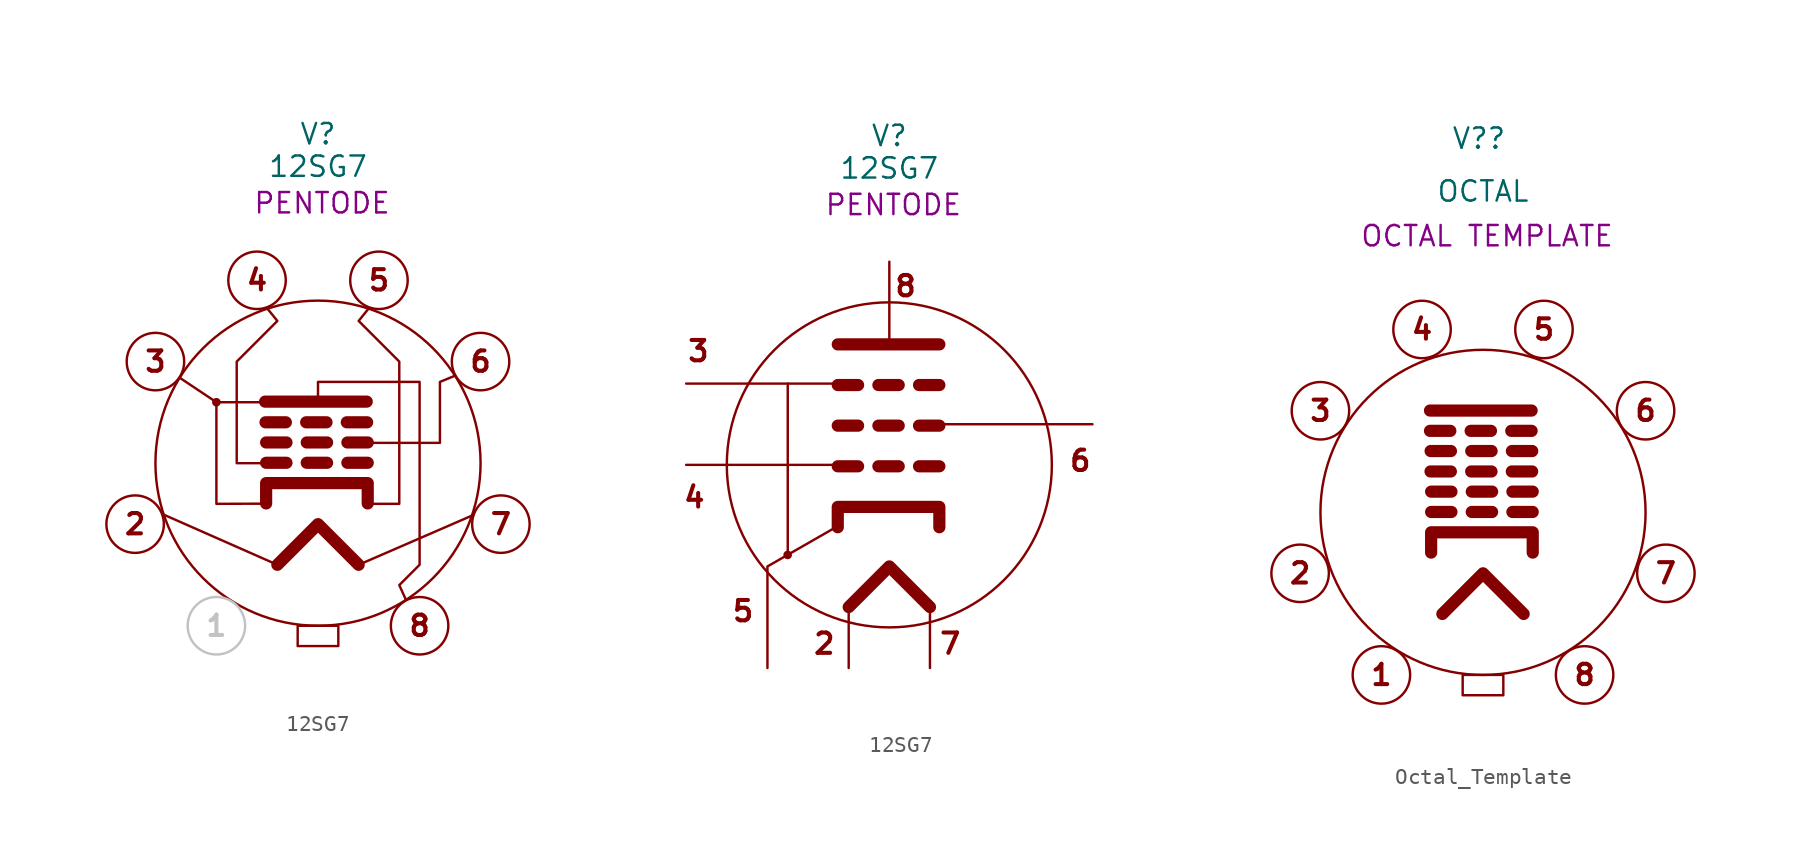
<source format=kicad_sym>
(kicad_symbol_lib
  (version 20231120)
  (generator "kicad_symbol_editor")
  (generator_version "8.0")
  (symbol "12SG7"
    (pin_numbers hide)
    (pin_names hide)
    (property "Reference" "V"
      (at 0 20.574 0)
      (effects (font (size 1.27 1.27))))
    (property "Value" "12SG7"
      (at 0 18.542 0)
      (effects (font (size 1.27 1.27))))
    (property "Description" "PENTODE"
      (at 0.254 16.256 0)
      (effects (font (size 1.27 1.27))))
    (symbol "12SG7_0_1"
      (polyline (pts (xy -2.54 -6.35) (xy -9.662 -3.209)) (stroke (width 0) (type default)) (fill (type none))))
    (symbol "12SG7_0_2"
      (polyline (pts (xy -12.7 5.08) (xy -2.54 5.08)) (stroke (width 0) (type default)) (fill (type none)))
      (polyline (pts (xy -6.35 -5.6) (xy -6.35 5.08)) (stroke (width 0) (type default)) (fill (type none)))
      (polyline (pts (xy -2.54 -8.89) (xy -2.54 -12.7)) (stroke (width 0) (type default)) (fill (type none)))
      (polyline (pts (xy -2.54 0) (xy -12.7 0)) (stroke (width 0) (type default)) (fill (type none)))
      (polyline (pts (xy 0 7.62) (xy 0 12.7)) (stroke (width 0) (type default)) (fill (type none)))
      (polyline (pts (xy 2.54 2.54) (xy 12.7 2.54)) (stroke (width 0) (type default)) (fill (type none)))
      (polyline (pts (xy -7.62 -12.7) (xy -7.62 -6.35) (xy -3.258 -3.849)) (stroke (width 0) (type default)) (fill (type none))))
    (symbol "12SG7_1_0"
      (circle (center 0 0) (radius 10.16) (stroke (width 0) (type default)) (fill (type none))))
    (symbol "12SG7_1_1"
      (circle (center -11.43 -3.81) (radius 1.796) (stroke (width 0) (type default)) (fill (type none)))
      (circle (center -10.16 6.35) (radius 1.796) (stroke (width 0) (type default)) (fill (type none)))
      (circle (center -6.35 -10.16) (radius 1.796) (stroke (width 0) (type default) (color 194 194 194 1)) (fill (type none)))
      (circle (center -6.35 3.81) (radius 0.195) (stroke (width 0) (type default)) (fill (type outline)))
      (circle (center -3.81 11.43) (radius 1.796) (stroke (width 0) (type default)) (fill (type none)))
      (rectangle (start -1.27 -10.16) (end 1.27 -11.43) (stroke (width 0) (type default)) (fill (type none)))
      (polyline (pts (xy -3.305 3.848) (xy 3.045 3.848)) (stroke (width 0.762) (type default)) (fill (type none)))
      (polyline (pts (xy -3.279 2.556) (xy -2.009 2.556)) (stroke (width 0.762) (type solid)) (fill (type none)))
      (polyline (pts (xy -3.242 0.025) (xy -1.972 0.025)) (stroke (width 0.762) (type solid)) (fill (type none)))
      (polyline (pts (xy -3.242 1.295) (xy -1.972 1.295)) (stroke (width 0.762) (type solid)) (fill (type none)))
      (polyline (pts (xy -0.739 2.556) (xy 0.531 2.556)) (stroke (width 0.762) (type solid)) (fill (type none)))
      (polyline (pts (xy -0.702 0.025) (xy 0.568 0.025)) (stroke (width 0.762) (type solid)) (fill (type none)))
      (polyline (pts (xy -0.702 1.295) (xy 0.568 1.295)) (stroke (width 0.762) (type solid)) (fill (type none)))
      (polyline (pts (xy 1.801 2.556) (xy 3.071 2.556)) (stroke (width 0.762) (type solid)) (fill (type none)))
      (polyline (pts (xy 1.838 0.025) (xy 3.108 0.025)) (stroke (width 0.762) (type solid)) (fill (type none)))
      (polyline (pts (xy 1.838 1.295) (xy 3.108 1.295)) (stroke (width 0.762) (type solid)) (fill (type none)))
      (polyline (pts (xy 2.54 -6.35) (xy 9.704 -3.24)) (stroke (width 0) (type default)) (fill (type none)))
      (polyline (pts (xy -6.35 3.81) (xy -6.35 -2.54) (xy -3.202 -2.53)) (stroke (width 0) (type default)) (fill (type none)))
      (polyline (pts (xy -2.54 -6.35) (xy 0 -3.81) (xy 2.54 -6.35)) (stroke (width 0.762) (type default)) (fill (type none)))
      (polyline (pts (xy -2.54 3.81) (xy -6.35 3.81) (xy -8.65 5.345)) (stroke (width 0) (type default)) (fill (type none)))
      (polyline (pts (xy -3.242 -2.515) (xy -3.242 -1.245) (xy 3.108 -1.245) (xy 3.108 -2.515)) (stroke (width 0.762) (type default)) (fill (type none)))
      (polyline (pts (xy 2.54 1.27) (xy 7.62 1.27) (xy 7.62 5.08) (xy 8.573 5.474)) (stroke (width 0) (type default)) (fill (type none)))
      (polyline (pts (xy -2.54 0) (xy -5.08 0) (xy -5.08 6.35) (xy -2.54 8.89) (xy -3.202 9.709)) (stroke (width 0) (type default)) (fill (type none)))
      (polyline (pts (xy 3.13 -2.54) (xy 5.08 -2.54) (xy 5.08 6.35) (xy 2.54 8.89) (xy 3.176 9.683)) (stroke (width 0) (type default)) (fill (type none)))
      (polyline (pts (xy 0 3.81) (xy 0 5.08) (xy 6.35 5.08) (xy 6.35 -6.35) (xy 5.08 -7.62) (xy 5.488 -8.521)) (stroke (width 0) (type default)) (fill (type none)))
      (circle (center 3.81 11.43) (radius 1.796) (stroke (width 0) (type default)) (fill (type none)))
      (circle (center 6.35 -10.16) (radius 1.796) (stroke (width 0) (type default)) (fill (type none)))
      (circle (center 10.16 6.35) (radius 1.796) (stroke (width 0) (type default)) (fill (type none)))
      (circle (center 11.43 -3.81) (radius 1.796) (stroke (width 0) (type default)) (fill (type none)))
      (text "1" (at -6.35 -10.16 0) (effects (font (size 1.27 1.27) (thickness 0.254) (bold yes) (color 194 194 194 1))))
      (text "2" (at -11.43 -3.81 0) (effects (font (size 1.27 1.27) (thickness 0.254) (bold yes))))
      (text "3" (at -10.16 6.35 0) (effects (font (size 1.27 1.27) (thickness 0.254) (bold yes))))
      (text "4" (at -3.81 11.43 0) (effects (font (size 1.27 1.27) (thickness 0.254) (bold yes))))
      (text "5" (at 3.81 11.43 0) (effects (font (size 1.27 1.27) (thickness 0.254) (bold yes))))
      (text "6" (at 10.16 6.35 0) (effects (font (size 1.27 1.27) (thickness 0.254) (bold yes))))
      (text "7" (at 11.43 -3.81 0) (effects (font (size 1.27 1.27) (thickness 0.254) (bold yes))))
      (text "8" (at 6.35 -10.16 0) (effects (font (size 1.27 1.27) (thickness 0.254) (bold yes))))
      (pin bidirectional line (at -11.43 -3.81 0) (length 1.778) hide (name "H" (effects (font (size 1.27 1.27)))) (number "2" (effects (font (size 1.27 1.27)))))
      (pin bidirectional line (at -10.16 6.35 0) (length 1.778) hide (name "C,G3" (effects (font (size 1.27 1.27)))) (number "3" (effects (font (size 1.27 1.27)))))
      (pin bidirectional line (at -3.81 11.43 0) (length 1.778) hide (name "G1" (effects (font (size 1.27 1.27)))) (number "4" (effects (font (size 1.27 1.27)))))
      (pin bidirectional line (at 3.81 11.43 0) (length 1.778) hide (name "C" (effects (font (size 1.27 1.27)))) (number "5" (effects (font (size 1.27 1.27)))))
      (pin bidirectional line (at 10.16 6.35 0) (length 1.778) hide (name "G2" (effects (font (size 1.27 1.27)))) (number "6" (effects (font (size 1.27 1.27)))))
      (pin bidirectional line (at 11.43 -3.81 0) (length 1.778) hide (name "H" (effects (font (size 1.27 1.27)))) (number "7" (effects (font (size 1.27 1.27)))))
      (pin bidirectional line (at 6.35 -10.16 0) (length 1.778) hide (name "P" (effects (font (size 1.27 1.27)))) (number "8" (effects (font (size 1.27 1.27))))))
    (symbol "12SG7_1_2"
      (circle (center -6.356 -5.631) (radius 0.195) (stroke (width 0) (type default)) (fill (type outline)))
      (polyline (pts (xy -3.223 -0.089) (xy -1.953 -0.089)) (stroke (width 0.762) (type solid)) (fill (type none)))
      (polyline (pts (xy -3.223 2.451) (xy -1.953 2.451)) (stroke (width 0.762) (type solid)) (fill (type none)))
      (polyline (pts (xy -3.223 4.991) (xy -1.953 4.991)) (stroke (width 0.762) (type solid)) (fill (type none)))
      (polyline (pts (xy -3.223 7.531) (xy 3.127 7.531)) (stroke (width 0.762) (type default)) (fill (type none)))
      (polyline (pts (xy -0.683 -0.089) (xy 0.587 -0.089)) (stroke (width 0.762) (type solid)) (fill (type none)))
      (polyline (pts (xy -0.683 2.451) (xy 0.587 2.451)) (stroke (width 0.762) (type solid)) (fill (type none)))
      (polyline (pts (xy -0.683 4.991) (xy 0.587 4.991)) (stroke (width 0.762) (type solid)) (fill (type none)))
      (polyline (pts (xy 1.857 -0.089) (xy 3.127 -0.089)) (stroke (width 0.762) (type solid)) (fill (type none)))
      (polyline (pts (xy 1.857 2.451) (xy 3.127 2.451)) (stroke (width 0.762) (type solid)) (fill (type none)))
      (polyline (pts (xy 1.857 4.991) (xy 3.127 4.991)) (stroke (width 0.762) (type solid)) (fill (type none)))
      (polyline (pts (xy 2.54 -8.89) (xy 2.54 -12.7)) (stroke (width 0) (type default)) (fill (type none)))
      (polyline (pts (xy -2.54 -8.89) (xy 0 -6.35) (xy 2.54 -8.89)) (stroke (width 0.762) (type default)) (fill (type none)))
      (polyline (pts (xy -3.223 -3.899) (xy -3.223 -2.629) (xy 3.127 -2.629) (xy 3.127 -3.899)) (stroke (width 0.762) (type default)) (fill (type none)))
      (text "2" (at -4.064 -11.176 0) (effects (font (size 1.27 1.27) (thickness 0.254) (bold yes))))
      (text "3" (at -11.938 7.112 0) (effects (font (size 1.27 1.27) (thickness 0.254) (bold yes))))
      (text "4" (at -12.192 -2.032 0) (effects (font (size 1.27 1.27) (thickness 0.254) (bold yes))))
      (text "5" (at -9.144 -9.144 0) (effects (font (size 1.27 1.27) (thickness 0.254) (bold yes))))
      (text "6" (at 11.938 0.254 0) (effects (font (size 1.27 1.27) (thickness 0.254) (bold yes))))
      (text "7" (at 3.81 -11.176 0) (effects (font (size 1.27 1.27) (thickness 0.254) (bold yes))))
      (text "8" (at 1.016 11.176 0) (effects (font (size 1.27 1.27) (thickness 0.254) (bold yes))))
      (pin bidirectional line (at -2.54 -12.7 0) (length 1.778) hide (name "H" (effects (font (size 1.27 1.27)))) (number "2" (effects (font (size 1.27 1.27)))))
      (pin bidirectional line (at -12.7 5.08 0) (length 1.778) hide (name "C,G3" (effects (font (size 1.27 1.27)))) (number "3" (effects (font (size 1.27 1.27)))))
      (pin bidirectional line (at -12.7 0 0) (length 1.778) hide (name "G1" (effects (font (size 1.27 1.27)))) (number "4" (effects (font (size 1.27 1.27)))))
      (pin bidirectional line (at -7.62 -12.7 0) (length 1.778) hide (name "C" (effects (font (size 1.27 1.27)))) (number "5" (effects (font (size 1.27 1.27)))))
      (pin bidirectional line (at 12.7 2.54 0) (length 1.778) hide (name "G2" (effects (font (size 1.27 1.27)))) (number "6" (effects (font (size 1.27 1.27)))))
      (pin bidirectional line (at 2.54 -12.7 0) (length 1.778) hide (name "H" (effects (font (size 1.27 1.27)))) (number "7" (effects (font (size 1.27 1.27)))))
      (pin bidirectional line (at 0 12.7 0) (length 1.778) hide (name "P" (effects (font (size 1.27 1.27)))) (number "8" (effects (font (size 1.27 1.27)))))))
  (symbol "Octal_Template"
    (property "Reference" "V?"
      (at -0.254 23.368 0)
      (effects (font (size 1.27 1.27))))
    (property "Value" "OCTAL"
      (at 0 20.066 0)
      (effects (font (size 1.27 1.27))))
    (property "Description" "OCTAL TEMPLATE"
      (at 0.254 17.272 0)
      (effects (font (size 1.27 1.27))))
    (symbol "Octal_Template_1_0"
      (circle (center 0 0) (radius 10.16) (stroke (width 0) (type default)) (fill (type none))))
    (symbol "Octal_Template_1_1"
      (circle (center -11.43 -3.81) (radius 1.796) (stroke (width 0) (type default)) (fill (type none)))
      (circle (center -10.16 6.35) (radius 1.796) (stroke (width 0) (type default)) (fill (type none)))
      (circle (center -6.35 -10.16) (radius 1.796) (stroke (width 0) (type default)) (fill (type none)))
      (circle (center -3.81 11.43) (radius 1.796) (stroke (width 0) (type default)) (fill (type none)))
      (rectangle (start -1.27 -10.16) (end 1.27 -11.43) (stroke (width 0) (type default)) (fill (type none)))
      (polyline (pts (xy -3.312 5.094) (xy -2.042 5.094)) (stroke (width 0.762) (type solid)) (fill (type none)))
      (polyline (pts (xy -3.312 6.364) (xy 3.038 6.364)) (stroke (width 0.762) (type default)) (fill (type none)))
      (polyline (pts (xy -3.279 2.556) (xy -2.009 2.556)) (stroke (width 0.762) (type solid)) (fill (type none)))
      (polyline (pts (xy -3.274 3.833) (xy -2.004 3.833)) (stroke (width 0.762) (type solid)) (fill (type none)))
      (polyline (pts (xy -3.242 0.025) (xy -1.972 0.025)) (stroke (width 0.762) (type solid)) (fill (type none)))
      (polyline (pts (xy -3.242 1.295) (xy -1.972 1.295)) (stroke (width 0.762) (type solid)) (fill (type none)))
      (polyline (pts (xy -0.772 5.094) (xy 0.498 5.094)) (stroke (width 0.762) (type solid)) (fill (type none)))
      (polyline (pts (xy -0.739 2.556) (xy 0.531 2.556)) (stroke (width 0.762) (type solid)) (fill (type none)))
      (polyline (pts (xy -0.734 3.833) (xy 0.536 3.833)) (stroke (width 0.762) (type solid)) (fill (type none)))
      (polyline (pts (xy -0.702 0.025) (xy 0.568 0.025)) (stroke (width 0.762) (type solid)) (fill (type none)))
      (polyline (pts (xy -0.702 1.295) (xy 0.568 1.295)) (stroke (width 0.762) (type solid)) (fill (type none)))
      (polyline (pts (xy 1.768 5.094) (xy 3.038 5.094)) (stroke (width 0.762) (type solid)) (fill (type none)))
      (polyline (pts (xy 1.801 2.556) (xy 3.071 2.556)) (stroke (width 0.762) (type solid)) (fill (type none)))
      (polyline (pts (xy 1.806 3.833) (xy 3.076 3.833)) (stroke (width 0.762) (type solid)) (fill (type none)))
      (polyline (pts (xy 1.838 0.025) (xy 3.108 0.025)) (stroke (width 0.762) (type solid)) (fill (type none)))
      (polyline (pts (xy 1.838 1.295) (xy 3.108 1.295)) (stroke (width 0.762) (type solid)) (fill (type none)))
      (polyline (pts (xy -2.54 -6.35) (xy 0 -3.81) (xy 2.54 -6.35)) (stroke (width 0.762) (type default)) (fill (type none)))
      (polyline (pts (xy -3.242 -2.515) (xy -3.242 -1.245) (xy 3.108 -1.245) (xy 3.108 -2.515)) (stroke (width 0.762) (type default)) (fill (type none)))
      (circle (center 3.81 11.43) (radius 1.796) (stroke (width 0) (type default)) (fill (type none)))
      (circle (center 6.35 -10.16) (radius 1.796) (stroke (width 0) (type default)) (fill (type none)))
      (circle (center 10.16 6.35) (radius 1.796) (stroke (width 0) (type default)) (fill (type none)))
      (circle (center 11.43 -3.81) (radius 1.796) (stroke (width 0) (type default)) (fill (type none)))
      (text "1" (at -6.35 -10.16 0) (effects (font (size 1.27 1.27) (thickness 0.254) (bold yes))))
      (text "2" (at -11.43 -3.81 0) (effects (font (size 1.27 1.27) (thickness 0.254) (bold yes))))
      (text "3" (at -10.16 6.35 0) (effects (font (size 1.27 1.27) (thickness 0.254) (bold yes))))
      (text "4" (at -3.81 11.43 0) (effects (font (size 1.27 1.27) (thickness 0.254) (bold yes))))
      (text "5" (at 3.81 11.43 0) (effects (font (size 1.27 1.27) (thickness 0.254) (bold yes))))
      (text "6" (at 10.16 6.35 0) (effects (font (size 1.27 1.27) (thickness 0.254) (bold yes))))
      (text "7" (at 11.43 -3.81 0) (effects (font (size 1.27 1.27) (thickness 0.254) (bold yes))))
      (text "8" (at 6.35 -10.16 0) (effects (font (size 1.27 1.27) (thickness 0.254) (bold yes))))
      (pin bidirectional line (at -6.35 -10.16 0) (length 1.778) hide (name "Pin_1" (effects (font (size 1.27 1.27)))) (number "1" (effects (font (size 1.27 1.27)))))
      (pin bidirectional line (at -11.43 -3.81 0) (length 1.778) hide (name "Pin_2" (effects (font (size 1.27 1.27)))) (number "2" (effects (font (size 1.27 1.27)))))
      (pin bidirectional line (at -10.16 6.35 0) (length 1.778) hide (name "Pin_3" (effects (font (size 1.27 1.27)))) (number "3" (effects (font (size 1.27 1.27)))))
      (pin bidirectional line (at -3.81 11.43 0) (length 1.778) hide (name "Pin_4" (effects (font (size 1.27 1.27)))) (number "4" (effects (font (size 1.27 1.27)))))
      (pin bidirectional line (at 3.81 11.43 0) (length 1.778) hide (name "Pin_5" (effects (font (size 1.27 1.27)))) (number "5" (effects (font (size 1.27 1.27)))))
      (pin bidirectional line (at 10.16 6.35 0) (length 1.778) hide (name "Pin_6" (effects (font (size 1.27 1.27)))) (number "6" (effects (font (size 1.27 1.27)))))
      (pin bidirectional line (at 11.43 -3.81 0) (length 1.778) hide (name "Pin_7" (effects (font (size 1.27 1.27)))) (number "7" (effects (font (size 1.27 1.27)))))
      (pin bidirectional line (at 6.35 -10.16 0) (length 1.778) hide (name "Pin_8" (effects (font (size 1.27 1.27)))) (number "8" (effects (font (size 1.27 1.27))))))))
</source>
